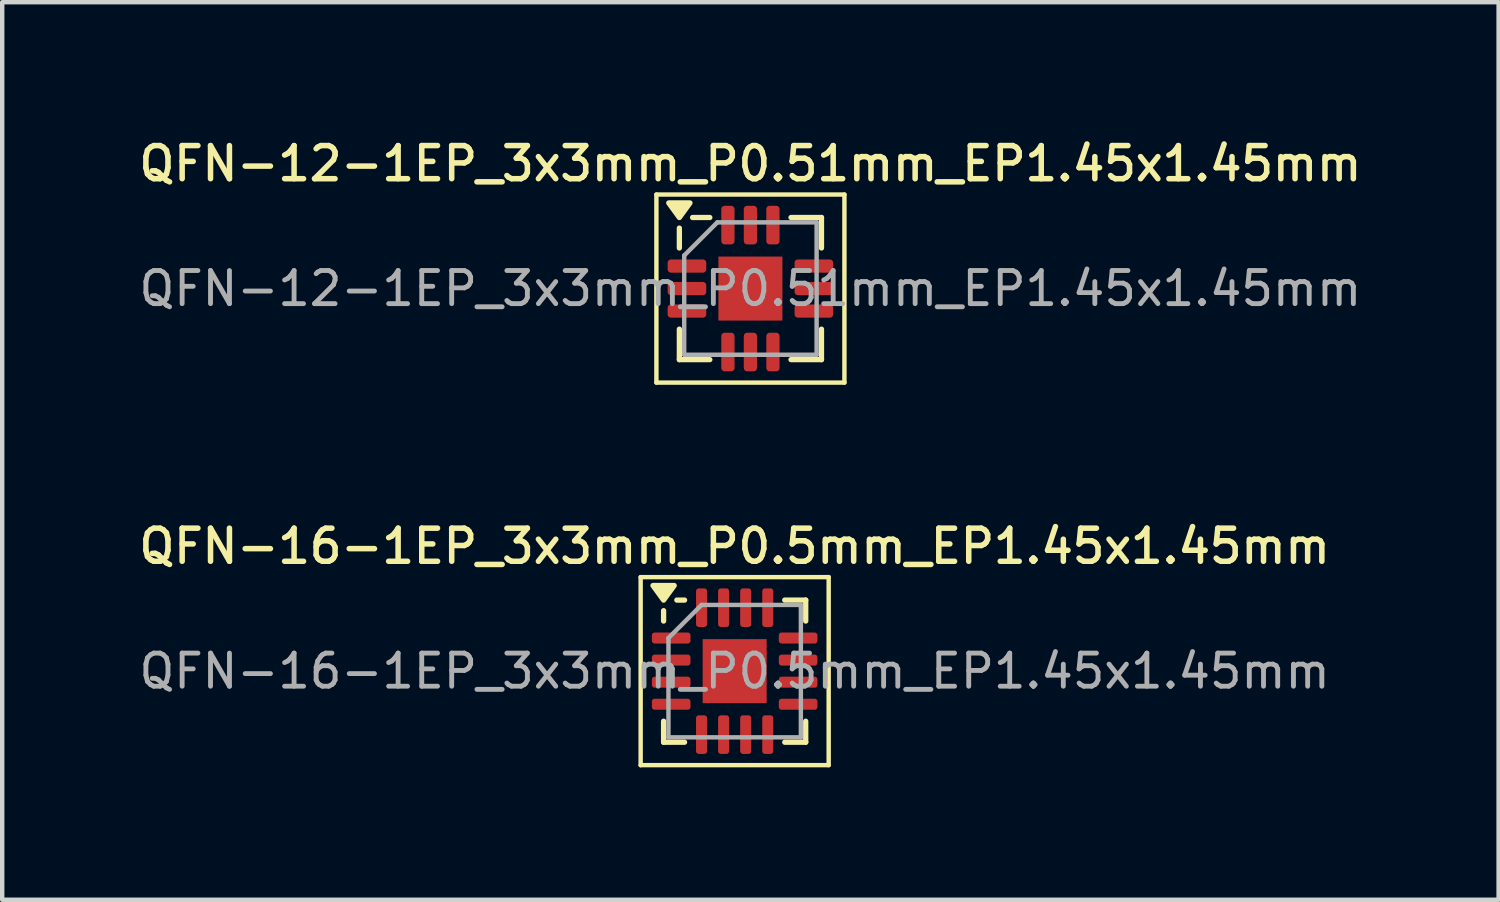
<source format=kicad_pcb>
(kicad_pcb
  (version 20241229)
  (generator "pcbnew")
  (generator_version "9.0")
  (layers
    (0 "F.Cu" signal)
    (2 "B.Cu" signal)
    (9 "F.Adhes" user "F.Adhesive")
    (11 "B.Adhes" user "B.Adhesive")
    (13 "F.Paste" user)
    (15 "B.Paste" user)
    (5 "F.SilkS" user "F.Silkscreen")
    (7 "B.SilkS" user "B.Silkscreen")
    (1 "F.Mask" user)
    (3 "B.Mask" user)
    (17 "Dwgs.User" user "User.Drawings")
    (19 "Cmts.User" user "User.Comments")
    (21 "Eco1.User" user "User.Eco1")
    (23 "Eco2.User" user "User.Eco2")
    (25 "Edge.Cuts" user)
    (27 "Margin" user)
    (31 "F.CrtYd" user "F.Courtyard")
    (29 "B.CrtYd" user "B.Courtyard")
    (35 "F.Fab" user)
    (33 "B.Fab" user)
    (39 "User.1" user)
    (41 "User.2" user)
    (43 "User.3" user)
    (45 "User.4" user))
  (footprint "QFN-12-1EP_3x3mm_P0.51mm_EP1.45x1.45mm"
    (layer "F.Cu")
    (at 13.952 3.488)
    (property "Reference" "QFN-12-1EP_3x3mm_P0.51mm_EP1.45x1.45mm" (at 0 -2.83 0) (layer "F.SilkS") (effects (font (size 0.75 0.75) (thickness 0.125))))
    (attr smd)
    (fp_line (start -2.13 -2.13) (end -2.13 2.13) (stroke (width 0.1) (type solid)) (layer "F.SilkS"))
    (fp_line (start -2.13 2.13) (end 2.13 2.13) (stroke (width 0.1) (type solid)) (layer "F.SilkS"))
    (fp_line (start -1.61 -0.92) (end -1.61 -1.37) (stroke (width 0.12) (type solid)) (layer "F.SilkS"))
    (fp_line (start -1.61 1.61) (end -1.61 0.92) (stroke (width 0.12) (type solid)) (layer "F.SilkS"))
    (fp_line (start -0.92 -1.61) (end -1.31 -1.61) (stroke (width 0.12) (type solid)) (layer "F.SilkS"))
    (fp_line (start -0.92 1.61) (end -1.61 1.61) (stroke (width 0.12) (type solid)) (layer "F.SilkS"))
    (fp_line (start 0.92 -1.61) (end 1.61 -1.61) (stroke (width 0.12) (type solid)) (layer "F.SilkS"))
    (fp_line (start 0.92 1.61) (end 1.61 1.61) (stroke (width 0.12) (type solid)) (layer "F.SilkS"))
    (fp_line (start 1.61 -1.61) (end 1.61 -0.92) (stroke (width 0.12) (type solid)) (layer "F.SilkS"))
    (fp_line (start 1.61 1.61) (end 1.61 0.92) (stroke (width 0.12) (type solid)) (layer "F.SilkS"))
    (fp_line (start 2.13 -2.13) (end -2.13 -2.13) (stroke (width 0.1) (type solid)) (layer "F.SilkS"))
    (fp_line (start 2.13 2.13) (end 2.13 -2.13) (stroke (width 0.1) (type solid)) (layer "F.SilkS"))
    (fp_poly (pts (xy -1.61 -1.61) (xy -1.85 -1.94) (xy -1.37 -1.94) (xy -1.61 -1.61)) (stroke (width 0.12) (type solid)) (fill yes) (layer "F.SilkS"))
    (fp_line (start -1.5 -0.75) (end -0.75 -1.5) (stroke (width 0.1) (type solid)) (layer "F.Fab"))
    (fp_line (start -1.5 1.5) (end -1.5 -0.75) (stroke (width 0.1) (type solid)) (layer "F.Fab"))
    (fp_line (start -0.75 -1.5) (end 1.5 -1.5) (stroke (width 0.1) (type solid)) (layer "F.Fab"))
    (fp_line (start 1.5 -1.5) (end 1.5 1.5) (stroke (width 0.1) (type solid)) (layer "F.Fab"))
    (fp_line (start 1.5 1.5) (end -1.5 1.5) (stroke (width 0.1) (type solid)) (layer "F.Fab"))
    (fp_text user "${REFERENCE}" (at 0 0 0) (layer "F.Fab") (effects (font (size 0.75 0.75) (thickness 0.11))))
    (pad "" smd roundrect (at -0.36 -0.36) (size 0.58 0.58) (layers "F.Paste") (roundrect_rratio 0.25))
    (pad "" smd roundrect (at -0.36 0.36) (size 0.58 0.58) (layers "F.Paste") (roundrect_rratio 0.25))
    (pad "" smd roundrect (at 0.36 -0.36) (size 0.58 0.58) (layers "F.Paste") (roundrect_rratio 0.25))
    (pad "" smd roundrect (at 0.36 0.36) (size 0.58 0.58) (layers "F.Paste") (roundrect_rratio 0.25))
    (pad "1" smd roundrect (at -1.438 -0.51) (size 0.875 0.3) (layers "F.Cu" "F.Mask" "F.Paste") (roundrect_rratio 0.25))
    (pad "2" smd roundrect (at -1.438 0) (size 0.875 0.3) (layers "F.Cu" "F.Mask" "F.Paste") (roundrect_rratio 0.25))
    (pad "3" smd roundrect (at -1.438 0.51) (size 0.875 0.3) (layers "F.Cu" "F.Mask" "F.Paste") (roundrect_rratio 0.25))
    (pad "4" smd roundrect (at -0.51 1.438) (size 0.3 0.875) (layers "F.Cu" "F.Mask" "F.Paste") (roundrect_rratio 0.25))
    (pad "5" smd roundrect (at 0 1.438) (size 0.3 0.875) (layers "F.Cu" "F.Mask" "F.Paste") (roundrect_rratio 0.25))
    (pad "6" smd roundrect (at 0.51 1.438) (size 0.3 0.875) (layers "F.Cu" "F.Mask" "F.Paste") (roundrect_rratio 0.25))
    (pad "7" smd roundrect (at 1.438 0.51) (size 0.875 0.3) (layers "F.Cu" "F.Mask" "F.Paste") (roundrect_rratio 0.25))
    (pad "8" smd roundrect (at 1.438 0) (size 0.875 0.3) (layers "F.Cu" "F.Mask" "F.Paste") (roundrect_rratio 0.25))
    (pad "9" smd roundrect (at 1.438 -0.51) (size 0.875 0.3) (layers "F.Cu" "F.Mask" "F.Paste") (roundrect_rratio 0.25))
    (pad "10" smd roundrect (at 0.51 -1.438) (size 0.3 0.875) (layers "F.Cu" "F.Mask" "F.Paste") (roundrect_rratio 0.25))
    (pad "11" smd roundrect (at 0 -1.438) (size 0.3 0.875) (layers "F.Cu" "F.Mask" "F.Paste") (roundrect_rratio 0.25))
    (pad "12" smd roundrect (at -0.51 -1.438) (size 0.3 0.875) (layers "F.Cu" "F.Mask" "F.Paste") (roundrect_rratio 0.25))
    (pad "13" smd rect (at 0 0) (size 1.45 1.45) (property pad_prop_heatsink) (layers "F.Cu" "F.Mask")))
  (footprint "QFN-16-1EP_3x3mm_P0.5mm_EP1.45x1.45mm"
    (layer "F.Cu")
    (at 13.595 12.156)
    (property "Reference" "QFN-16-1EP_3x3mm_P0.5mm_EP1.45x1.45mm" (at 0 -2.83 0) (layer "F.SilkS") (effects (font (size 0.75 0.75) (thickness 0.125))))
    (attr smd)
    (fp_line (start -2.13 -2.13) (end -2.13 2.13) (stroke (width 0.1) (type solid)) (layer "F.SilkS"))
    (fp_line (start -2.13 2.13) (end 2.13 2.13) (stroke (width 0.1) (type solid)) (layer "F.SilkS"))
    (fp_line (start -1.61 -1.135) (end -1.61 -1.37) (stroke (width 0.12) (type solid)) (layer "F.SilkS"))
    (fp_line (start -1.61 1.61) (end -1.61 1.135) (stroke (width 0.12) (type solid)) (layer "F.SilkS"))
    (fp_line (start -1.135 -1.61) (end -1.31 -1.61) (stroke (width 0.12) (type solid)) (layer "F.SilkS"))
    (fp_line (start -1.135 1.61) (end -1.61 1.61) (stroke (width 0.12) (type solid)) (layer "F.SilkS"))
    (fp_line (start 1.135 -1.61) (end 1.61 -1.61) (stroke (width 0.12) (type solid)) (layer "F.SilkS"))
    (fp_line (start 1.135 1.61) (end 1.61 1.61) (stroke (width 0.12) (type solid)) (layer "F.SilkS"))
    (fp_line (start 1.61 -1.61) (end 1.61 -1.135) (stroke (width 0.12) (type solid)) (layer "F.SilkS"))
    (fp_line (start 1.61 1.61) (end 1.61 1.135) (stroke (width 0.12) (type solid)) (layer "F.SilkS"))
    (fp_line (start 2.13 -2.13) (end -2.13 -2.13) (stroke (width 0.1) (type solid)) (layer "F.SilkS"))
    (fp_line (start 2.13 2.13) (end 2.13 -2.13) (stroke (width 0.1) (type solid)) (layer "F.SilkS"))
    (fp_poly (pts (xy -1.61 -1.61) (xy -1.85 -1.94) (xy -1.37 -1.94) (xy -1.61 -1.61)) (stroke (width 0.12) (type solid)) (fill yes) (layer "F.SilkS"))
    (fp_line (start -1.5 -0.75) (end -0.75 -1.5) (stroke (width 0.1) (type solid)) (layer "F.Fab"))
    (fp_line (start -1.5 1.5) (end -1.5 -0.75) (stroke (width 0.1) (type solid)) (layer "F.Fab"))
    (fp_line (start -0.75 -1.5) (end 1.5 -1.5) (stroke (width 0.1) (type solid)) (layer "F.Fab"))
    (fp_line (start 1.5 -1.5) (end 1.5 1.5) (stroke (width 0.1) (type solid)) (layer "F.Fab"))
    (fp_line (start 1.5 1.5) (end -1.5 1.5) (stroke (width 0.1) (type solid)) (layer "F.Fab"))
    (fp_text user "${REFERENCE}" (at 0 0 0) (layer "F.Fab") (effects (font (size 0.75 0.75) (thickness 0.11))))
    (pad "" smd roundrect (at -0.36 -0.36) (size 0.58 0.58) (layers "F.Paste") (roundrect_rratio 0.25))
    (pad "" smd roundrect (at -0.36 0.36) (size 0.58 0.58) (layers "F.Paste") (roundrect_rratio 0.25))
    (pad "" smd roundrect (at 0.36 -0.36) (size 0.58 0.58) (layers "F.Paste") (roundrect_rratio 0.25))
    (pad "" smd roundrect (at 0.36 0.36) (size 0.58 0.58) (layers "F.Paste") (roundrect_rratio 0.25))
    (pad "1" smd roundrect (at -1.438 -0.75) (size 0.875 0.25) (layers "F.Cu" "F.Mask" "F.Paste") (roundrect_rratio 0.25))
    (pad "2" smd roundrect (at -1.438 -0.25) (size 0.875 0.25) (layers "F.Cu" "F.Mask" "F.Paste") (roundrect_rratio 0.25))
    (pad "3" smd roundrect (at -1.438 0.25) (size 0.875 0.25) (layers "F.Cu" "F.Mask" "F.Paste") (roundrect_rratio 0.25))
    (pad "4" smd roundrect (at -1.438 0.75) (size 0.875 0.25) (layers "F.Cu" "F.Mask" "F.Paste") (roundrect_rratio 0.25))
    (pad "5" smd roundrect (at -0.75 1.438) (size 0.25 0.875) (layers "F.Cu" "F.Mask" "F.Paste") (roundrect_rratio 0.25))
    (pad "6" smd roundrect (at -0.25 1.438) (size 0.25 0.875) (layers "F.Cu" "F.Mask" "F.Paste") (roundrect_rratio 0.25))
    (pad "7" smd roundrect (at 0.25 1.438) (size 0.25 0.875) (layers "F.Cu" "F.Mask" "F.Paste") (roundrect_rratio 0.25))
    (pad "8" smd roundrect (at 0.75 1.438) (size 0.25 0.875) (layers "F.Cu" "F.Mask" "F.Paste") (roundrect_rratio 0.25))
    (pad "9" smd roundrect (at 1.438 0.75) (size 0.875 0.25) (layers "F.Cu" "F.Mask" "F.Paste") (roundrect_rratio 0.25))
    (pad "10" smd roundrect (at 1.438 0.25) (size 0.875 0.25) (layers "F.Cu" "F.Mask" "F.Paste") (roundrect_rratio 0.25))
    (pad "11" smd roundrect (at 1.438 -0.25) (size 0.875 0.25) (layers "F.Cu" "F.Mask" "F.Paste") (roundrect_rratio 0.25))
    (pad "12" smd roundrect (at 1.438 -0.75) (size 0.875 0.25) (layers "F.Cu" "F.Mask" "F.Paste") (roundrect_rratio 0.25))
    (pad "13" smd roundrect (at 0.75 -1.438) (size 0.25 0.875) (layers "F.Cu" "F.Mask" "F.Paste") (roundrect_rratio 0.25))
    (pad "14" smd roundrect (at 0.25 -1.438) (size 0.25 0.875) (layers "F.Cu" "F.Mask" "F.Paste") (roundrect_rratio 0.25))
    (pad "15" smd roundrect (at -0.25 -1.438) (size 0.25 0.875) (layers "F.Cu" "F.Mask" "F.Paste") (roundrect_rratio 0.25))
    (pad "16" smd roundrect (at -0.75 -1.438) (size 0.25 0.875) (layers "F.Cu" "F.Mask" "F.Paste") (roundrect_rratio 0.25))
    (pad "17" smd rect (at 0 0) (size 1.45 1.45) (property pad_prop_heatsink) (layers "F.Cu" "F.Mask")))
  (gr_rect
    (start -3 -3)
    (end 30.904 17.336)
    (stroke (width 0.1) (type default))
    (fill no)
    (layer "Edge.Cuts")))
</source>
